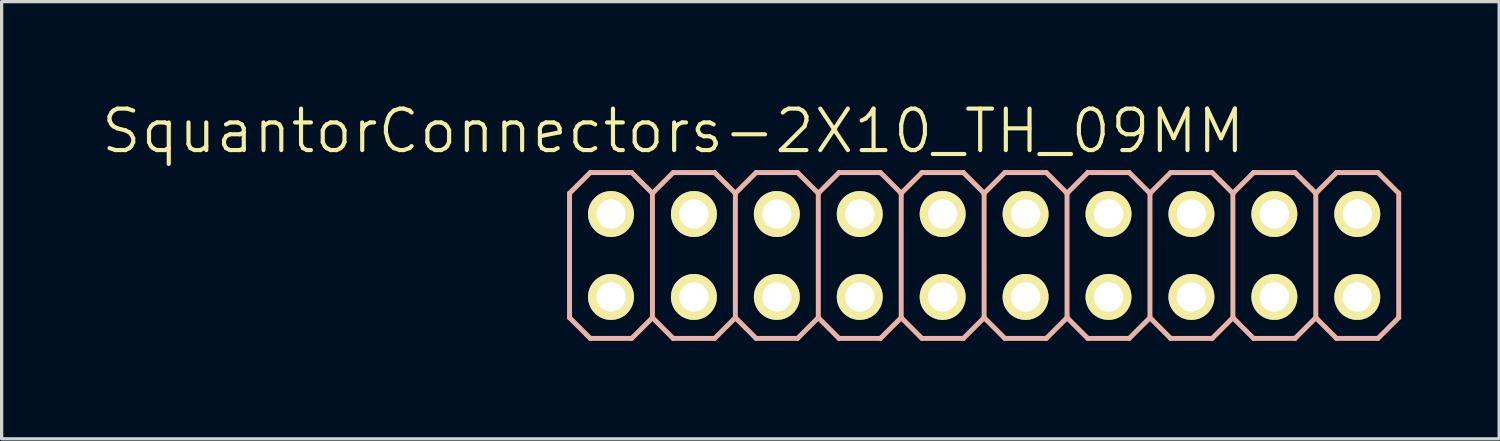
<source format=kicad_pcb>
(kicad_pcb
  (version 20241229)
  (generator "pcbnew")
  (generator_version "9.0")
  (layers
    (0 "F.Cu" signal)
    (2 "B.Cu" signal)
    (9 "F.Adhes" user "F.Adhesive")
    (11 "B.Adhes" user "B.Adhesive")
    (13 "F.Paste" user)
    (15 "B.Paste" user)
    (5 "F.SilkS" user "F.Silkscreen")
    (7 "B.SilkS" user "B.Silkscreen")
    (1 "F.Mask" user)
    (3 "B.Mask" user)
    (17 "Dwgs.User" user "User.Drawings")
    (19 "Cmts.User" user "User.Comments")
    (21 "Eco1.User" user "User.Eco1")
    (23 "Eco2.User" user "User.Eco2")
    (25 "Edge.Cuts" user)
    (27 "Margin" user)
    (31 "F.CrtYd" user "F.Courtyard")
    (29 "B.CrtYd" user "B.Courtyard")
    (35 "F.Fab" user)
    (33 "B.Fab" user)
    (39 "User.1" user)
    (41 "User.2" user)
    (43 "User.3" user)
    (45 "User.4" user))
  (footprint "SquantorConnectors-2X10_TH_09MM"
    (layer "F.Cu")
    (at 27.096 4.776)
    (property "Reference" "SquantorConnectors-2X10_TH_09MM" (at -9.525 -3.81 0) (layer "F.SilkS") (effects (font (size 1.27 1.27) (thickness 0.127))))
    (attr exclude_from_pos_files exclude_from_bom)
    (fp_line (start -11.684 -1.524) (end -11.176 -1.524) (stroke (width 0.066) (type solid)) (layer "F.SilkS"))
    (fp_line (start -11.684 -1.016) (end -11.684 -1.524) (stroke (width 0.066) (type solid)) (layer "F.SilkS"))
    (fp_line (start -11.684 -1.016) (end -11.176 -1.016) (stroke (width 0.066) (type solid)) (layer "F.SilkS"))
    (fp_line (start -11.684 1.016) (end -11.176 1.016) (stroke (width 0.066) (type solid)) (layer "F.SilkS"))
    (fp_line (start -11.684 1.524) (end -11.684 1.016) (stroke (width 0.066) (type solid)) (layer "F.SilkS"))
    (fp_line (start -11.684 1.524) (end -11.176 1.524) (stroke (width 0.066) (type solid)) (layer "F.SilkS"))
    (fp_line (start -11.176 -1.016) (end -11.176 -1.524) (stroke (width 0.066) (type solid)) (layer "F.SilkS"))
    (fp_line (start -11.176 1.524) (end -11.176 1.016) (stroke (width 0.066) (type solid)) (layer "F.SilkS"))
    (fp_line (start -9.144 -1.524) (end -8.636 -1.524) (stroke (width 0.066) (type solid)) (layer "F.SilkS"))
    (fp_line (start -9.144 -1.016) (end -9.144 -1.524) (stroke (width 0.066) (type solid)) (layer "F.SilkS"))
    (fp_line (start -9.144 -1.016) (end -8.636 -1.016) (stroke (width 0.066) (type solid)) (layer "F.SilkS"))
    (fp_line (start -9.144 1.016) (end -8.636 1.016) (stroke (width 0.066) (type solid)) (layer "F.SilkS"))
    (fp_line (start -9.144 1.524) (end -9.144 1.016) (stroke (width 0.066) (type solid)) (layer "F.SilkS"))
    (fp_line (start -9.144 1.524) (end -8.636 1.524) (stroke (width 0.066) (type solid)) (layer "F.SilkS"))
    (fp_line (start -8.636 -1.016) (end -8.636 -1.524) (stroke (width 0.066) (type solid)) (layer "F.SilkS"))
    (fp_line (start -8.636 1.524) (end -8.636 1.016) (stroke (width 0.066) (type solid)) (layer "F.SilkS"))
    (fp_line (start -6.604 -1.524) (end -6.096 -1.524) (stroke (width 0.066) (type solid)) (layer "F.SilkS"))
    (fp_line (start -6.604 -1.016) (end -6.604 -1.524) (stroke (width 0.066) (type solid)) (layer "F.SilkS"))
    (fp_line (start -6.604 -1.016) (end -6.096 -1.016) (stroke (width 0.066) (type solid)) (layer "F.SilkS"))
    (fp_line (start -6.604 1.016) (end -6.096 1.016) (stroke (width 0.066) (type solid)) (layer "F.SilkS"))
    (fp_line (start -6.604 1.524) (end -6.604 1.016) (stroke (width 0.066) (type solid)) (layer "F.SilkS"))
    (fp_line (start -6.604 1.524) (end -6.096 1.524) (stroke (width 0.066) (type solid)) (layer "F.SilkS"))
    (fp_line (start -6.096 -1.016) (end -6.096 -1.524) (stroke (width 0.066) (type solid)) (layer "F.SilkS"))
    (fp_line (start -6.096 1.524) (end -6.096 1.016) (stroke (width 0.066) (type solid)) (layer "F.SilkS"))
    (fp_line (start -4.064 -1.524) (end -3.556 -1.524) (stroke (width 0.066) (type solid)) (layer "F.SilkS"))
    (fp_line (start -4.064 -1.016) (end -4.064 -1.524) (stroke (width 0.066) (type solid)) (layer "F.SilkS"))
    (fp_line (start -4.064 -1.016) (end -3.556 -1.016) (stroke (width 0.066) (type solid)) (layer "F.SilkS"))
    (fp_line (start -4.064 1.016) (end -3.556 1.016) (stroke (width 0.066) (type solid)) (layer "F.SilkS"))
    (fp_line (start -4.064 1.524) (end -4.064 1.016) (stroke (width 0.066) (type solid)) (layer "F.SilkS"))
    (fp_line (start -4.064 1.524) (end -3.556 1.524) (stroke (width 0.066) (type solid)) (layer "F.SilkS"))
    (fp_line (start -3.556 -1.016) (end -3.556 -1.524) (stroke (width 0.066) (type solid)) (layer "F.SilkS"))
    (fp_line (start -3.556 1.524) (end -3.556 1.016) (stroke (width 0.066) (type solid)) (layer "F.SilkS"))
    (fp_line (start -1.524 -1.524) (end -1.016 -1.524) (stroke (width 0.066) (type solid)) (layer "F.SilkS"))
    (fp_line (start -1.524 -1.016) (end -1.524 -1.524) (stroke (width 0.066) (type solid)) (layer "F.SilkS"))
    (fp_line (start -1.524 -1.016) (end -1.016 -1.016) (stroke (width 0.066) (type solid)) (layer "F.SilkS"))
    (fp_line (start -1.524 1.016) (end -1.016 1.016) (stroke (width 0.066) (type solid)) (layer "F.SilkS"))
    (fp_line (start -1.524 1.524) (end -1.524 1.016) (stroke (width 0.066) (type solid)) (layer "F.SilkS"))
    (fp_line (start -1.524 1.524) (end -1.016 1.524) (stroke (width 0.066) (type solid)) (layer "F.SilkS"))
    (fp_line (start -1.016 -1.016) (end -1.016 -1.524) (stroke (width 0.066) (type solid)) (layer "F.SilkS"))
    (fp_line (start -1.016 1.524) (end -1.016 1.016) (stroke (width 0.066) (type solid)) (layer "F.SilkS"))
    (fp_line (start 1.016 -1.524) (end 1.524 -1.524) (stroke (width 0.066) (type solid)) (layer "F.SilkS"))
    (fp_line (start 1.016 -1.016) (end 1.016 -1.524) (stroke (width 0.066) (type solid)) (layer "F.SilkS"))
    (fp_line (start 1.016 -1.016) (end 1.524 -1.016) (stroke (width 0.066) (type solid)) (layer "F.SilkS"))
    (fp_line (start 1.016 1.016) (end 1.524 1.016) (stroke (width 0.066) (type solid)) (layer "F.SilkS"))
    (fp_line (start 1.016 1.524) (end 1.016 1.016) (stroke (width 0.066) (type solid)) (layer "F.SilkS"))
    (fp_line (start 1.016 1.524) (end 1.524 1.524) (stroke (width 0.066) (type solid)) (layer "F.SilkS"))
    (fp_line (start 1.524 -1.016) (end 1.524 -1.524) (stroke (width 0.066) (type solid)) (layer "F.SilkS"))
    (fp_line (start 1.524 1.524) (end 1.524 1.016) (stroke (width 0.066) (type solid)) (layer "F.SilkS"))
    (fp_line (start 3.556 -1.524) (end 4.064 -1.524) (stroke (width 0.066) (type solid)) (layer "F.SilkS"))
    (fp_line (start 3.556 -1.016) (end 3.556 -1.524) (stroke (width 0.066) (type solid)) (layer "F.SilkS"))
    (fp_line (start 3.556 -1.016) (end 4.064 -1.016) (stroke (width 0.066) (type solid)) (layer "F.SilkS"))
    (fp_line (start 3.556 1.016) (end 4.064 1.016) (stroke (width 0.066) (type solid)) (layer "F.SilkS"))
    (fp_line (start 3.556 1.524) (end 3.556 1.016) (stroke (width 0.066) (type solid)) (layer "F.SilkS"))
    (fp_line (start 3.556 1.524) (end 4.064 1.524) (stroke (width 0.066) (type solid)) (layer "F.SilkS"))
    (fp_line (start 4.064 -1.016) (end 4.064 -1.524) (stroke (width 0.066) (type solid)) (layer "F.SilkS"))
    (fp_line (start 4.064 1.524) (end 4.064 1.016) (stroke (width 0.066) (type solid)) (layer "F.SilkS"))
    (fp_line (start 6.096 -1.524) (end 6.604 -1.524) (stroke (width 0.066) (type solid)) (layer "F.SilkS"))
    (fp_line (start 6.096 -1.016) (end 6.096 -1.524) (stroke (width 0.066) (type solid)) (layer "F.SilkS"))
    (fp_line (start 6.096 -1.016) (end 6.604 -1.016) (stroke (width 0.066) (type solid)) (layer "F.SilkS"))
    (fp_line (start 6.096 1.016) (end 6.604 1.016) (stroke (width 0.066) (type solid)) (layer "F.SilkS"))
    (fp_line (start 6.096 1.524) (end 6.096 1.016) (stroke (width 0.066) (type solid)) (layer "F.SilkS"))
    (fp_line (start 6.096 1.524) (end 6.604 1.524) (stroke (width 0.066) (type solid)) (layer "F.SilkS"))
    (fp_line (start 6.604 -1.016) (end 6.604 -1.524) (stroke (width 0.066) (type solid)) (layer "F.SilkS"))
    (fp_line (start 6.604 1.524) (end 6.604 1.016) (stroke (width 0.066) (type solid)) (layer "F.SilkS"))
    (fp_line (start 8.636 -1.524) (end 9.144 -1.524) (stroke (width 0.066) (type solid)) (layer "F.SilkS"))
    (fp_line (start 8.636 -1.016) (end 8.636 -1.524) (stroke (width 0.066) (type solid)) (layer "F.SilkS"))
    (fp_line (start 8.636 -1.016) (end 9.144 -1.016) (stroke (width 0.066) (type solid)) (layer "F.SilkS"))
    (fp_line (start 8.636 1.016) (end 9.144 1.016) (stroke (width 0.066) (type solid)) (layer "F.SilkS"))
    (fp_line (start 8.636 1.524) (end 8.636 1.016) (stroke (width 0.066) (type solid)) (layer "F.SilkS"))
    (fp_line (start 8.636 1.524) (end 9.144 1.524) (stroke (width 0.066) (type solid)) (layer "F.SilkS"))
    (fp_line (start 9.144 -1.016) (end 9.144 -1.524) (stroke (width 0.066) (type solid)) (layer "F.SilkS"))
    (fp_line (start 9.144 1.524) (end 9.144 1.016) (stroke (width 0.066) (type solid)) (layer "F.SilkS"))
    (fp_line (start 11.176 -1.524) (end 11.684 -1.524) (stroke (width 0.066) (type solid)) (layer "F.SilkS"))
    (fp_line (start 11.176 -1.016) (end 11.176 -1.524) (stroke (width 0.066) (type solid)) (layer "F.SilkS"))
    (fp_line (start 11.176 -1.016) (end 11.684 -1.016) (stroke (width 0.066) (type solid)) (layer "F.SilkS"))
    (fp_line (start 11.176 1.016) (end 11.684 1.016) (stroke (width 0.066) (type solid)) (layer "F.SilkS"))
    (fp_line (start 11.176 1.524) (end 11.176 1.016) (stroke (width 0.066) (type solid)) (layer "F.SilkS"))
    (fp_line (start 11.176 1.524) (end 11.684 1.524) (stroke (width 0.066) (type solid)) (layer "F.SilkS"))
    (fp_line (start 11.684 -1.016) (end 11.684 -1.524) (stroke (width 0.066) (type solid)) (layer "F.SilkS"))
    (fp_line (start 11.684 1.524) (end 11.684 1.016) (stroke (width 0.066) (type solid)) (layer "F.SilkS"))
    (fp_line (start -12.7 -1.905) (end -12.065 -2.54) (stroke (width 0.152) (type solid)) (layer "B.SilkS"))
    (fp_line (start -12.7 1.905) (end -12.7 -1.905) (stroke (width 0.152) (type solid)) (layer "B.SilkS"))
    (fp_line (start -12.7 1.905) (end -12.065 2.54) (stroke (width 0.152) (type solid)) (layer "B.SilkS"))
    (fp_line (start -12.065 -2.54) (end -10.795 -2.54) (stroke (width 0.152) (type solid)) (layer "B.SilkS"))
    (fp_line (start -12.065 2.54) (end -10.795 2.54) (stroke (width 0.152) (type solid)) (layer "B.SilkS"))
    (fp_line (start -10.795 -2.54) (end -10.16 -1.905) (stroke (width 0.152) (type solid)) (layer "B.SilkS"))
    (fp_line (start -10.795 2.54) (end -10.16 1.905) (stroke (width 0.152) (type solid)) (layer "B.SilkS"))
    (fp_line (start -10.16 -1.905) (end -10.16 1.905) (stroke (width 0.152) (type solid)) (layer "B.SilkS"))
    (fp_line (start -10.16 -1.905) (end -9.525 -2.54) (stroke (width 0.152) (type solid)) (layer "B.SilkS"))
    (fp_line (start -10.16 1.905) (end -9.525 2.54) (stroke (width 0.152) (type solid)) (layer "B.SilkS"))
    (fp_line (start -9.525 -2.54) (end -8.255 -2.54) (stroke (width 0.152) (type solid)) (layer "B.SilkS"))
    (fp_line (start -9.525 2.54) (end -8.255 2.54) (stroke (width 0.152) (type solid)) (layer "B.SilkS"))
    (fp_line (start -8.255 -2.54) (end -7.62 -1.905) (stroke (width 0.152) (type solid)) (layer "B.SilkS"))
    (fp_line (start -8.255 2.54) (end -7.62 1.905) (stroke (width 0.152) (type solid)) (layer "B.SilkS"))
    (fp_line (start -7.62 -1.905) (end -7.62 1.905) (stroke (width 0.152) (type solid)) (layer "B.SilkS"))
    (fp_line (start -7.62 -1.905) (end -6.985 -2.54) (stroke (width 0.152) (type solid)) (layer "B.SilkS"))
    (fp_line (start -7.62 1.905) (end -6.985 2.54) (stroke (width 0.152) (type solid)) (layer "B.SilkS"))
    (fp_line (start -6.985 -2.54) (end -5.715 -2.54) (stroke (width 0.152) (type solid)) (layer "B.SilkS"))
    (fp_line (start -6.985 2.54) (end -5.715 2.54) (stroke (width 0.152) (type solid)) (layer "B.SilkS"))
    (fp_line (start -5.715 -2.54) (end -5.08 -1.905) (stroke (width 0.152) (type solid)) (layer "B.SilkS"))
    (fp_line (start -5.715 2.54) (end -5.08 1.905) (stroke (width 0.152) (type solid)) (layer "B.SilkS"))
    (fp_line (start -5.08 -1.905) (end -5.08 1.905) (stroke (width 0.152) (type solid)) (layer "B.SilkS"))
    (fp_line (start -5.08 -1.905) (end -4.445 -2.54) (stroke (width 0.152) (type solid)) (layer "B.SilkS"))
    (fp_line (start -5.08 1.905) (end -4.445 2.54) (stroke (width 0.152) (type solid)) (layer "B.SilkS"))
    (fp_line (start -4.445 -2.54) (end -3.175 -2.54) (stroke (width 0.152) (type solid)) (layer "B.SilkS"))
    (fp_line (start -4.445 2.54) (end -3.175 2.54) (stroke (width 0.152) (type solid)) (layer "B.SilkS"))
    (fp_line (start -3.175 -2.54) (end -2.54 -1.905) (stroke (width 0.152) (type solid)) (layer "B.SilkS"))
    (fp_line (start -3.175 2.54) (end -2.54 1.905) (stroke (width 0.152) (type solid)) (layer "B.SilkS"))
    (fp_line (start -2.54 -1.905) (end -2.54 1.905) (stroke (width 0.152) (type solid)) (layer "B.SilkS"))
    (fp_line (start -2.54 -1.905) (end -1.905 -2.54) (stroke (width 0.152) (type solid)) (layer "B.SilkS"))
    (fp_line (start -2.54 1.905) (end -1.905 2.54) (stroke (width 0.152) (type solid)) (layer "B.SilkS"))
    (fp_line (start -1.905 -2.54) (end -0.635 -2.54) (stroke (width 0.152) (type solid)) (layer "B.SilkS"))
    (fp_line (start -1.905 2.54) (end -0.635 2.54) (stroke (width 0.152) (type solid)) (layer "B.SilkS"))
    (fp_line (start -0.635 -2.54) (end 0 -1.905) (stroke (width 0.152) (type solid)) (layer "B.SilkS"))
    (fp_line (start -0.635 2.54) (end 0 1.905) (stroke (width 0.152) (type solid)) (layer "B.SilkS"))
    (fp_line (start 0 -1.905) (end 0 1.905) (stroke (width 0.152) (type solid)) (layer "B.SilkS"))
    (fp_line (start 0 -1.905) (end 0.635 -2.54) (stroke (width 0.152) (type solid)) (layer "B.SilkS"))
    (fp_line (start 0 1.905) (end 0.635 2.54) (stroke (width 0.152) (type solid)) (layer "B.SilkS"))
    (fp_line (start 0.635 -2.54) (end 1.905 -2.54) (stroke (width 0.152) (type solid)) (layer "B.SilkS"))
    (fp_line (start 0.635 2.54) (end 1.905 2.54) (stroke (width 0.152) (type solid)) (layer "B.SilkS"))
    (fp_line (start 1.905 -2.54) (end 2.54 -1.905) (stroke (width 0.152) (type solid)) (layer "B.SilkS"))
    (fp_line (start 1.905 2.54) (end 2.54 1.905) (stroke (width 0.152) (type solid)) (layer "B.SilkS"))
    (fp_line (start 2.54 -1.905) (end 2.54 1.905) (stroke (width 0.152) (type solid)) (layer "B.SilkS"))
    (fp_line (start 2.54 -1.905) (end 3.175 -2.54) (stroke (width 0.152) (type solid)) (layer "B.SilkS"))
    (fp_line (start 2.54 1.905) (end 3.175 2.54) (stroke (width 0.152) (type solid)) (layer "B.SilkS"))
    (fp_line (start 3.175 -2.54) (end 4.445 -2.54) (stroke (width 0.152) (type solid)) (layer "B.SilkS"))
    (fp_line (start 3.175 2.54) (end 4.445 2.54) (stroke (width 0.152) (type solid)) (layer "B.SilkS"))
    (fp_line (start 4.445 -2.54) (end 5.08 -1.905) (stroke (width 0.152) (type solid)) (layer "B.SilkS"))
    (fp_line (start 5.08 -1.905) (end 5.08 1.905) (stroke (width 0.152) (type solid)) (layer "B.SilkS"))
    (fp_line (start 5.08 -1.905) (end 5.715 -2.54) (stroke (width 0.152) (type solid)) (layer "B.SilkS"))
    (fp_line (start 5.08 1.905) (end 4.445 2.54) (stroke (width 0.152) (type solid)) (layer "B.SilkS"))
    (fp_line (start 5.08 1.905) (end 5.715 2.54) (stroke (width 0.152) (type solid)) (layer "B.SilkS"))
    (fp_line (start 5.715 -2.54) (end 6.985 -2.54) (stroke (width 0.152) (type solid)) (layer "B.SilkS"))
    (fp_line (start 5.715 2.54) (end 6.985 2.54) (stroke (width 0.152) (type solid)) (layer "B.SilkS"))
    (fp_line (start 6.985 -2.54) (end 7.62 -1.905) (stroke (width 0.152) (type solid)) (layer "B.SilkS"))
    (fp_line (start 7.62 -1.905) (end 7.62 1.905) (stroke (width 0.152) (type solid)) (layer "B.SilkS"))
    (fp_line (start 7.62 -1.905) (end 8.255 -2.54) (stroke (width 0.152) (type solid)) (layer "B.SilkS"))
    (fp_line (start 7.62 1.905) (end 6.985 2.54) (stroke (width 0.152) (type solid)) (layer "B.SilkS"))
    (fp_line (start 7.62 1.905) (end 8.255 2.54) (stroke (width 0.152) (type solid)) (layer "B.SilkS"))
    (fp_line (start 8.255 -2.54) (end 9.525 -2.54) (stroke (width 0.152) (type solid)) (layer "B.SilkS"))
    (fp_line (start 8.255 2.54) (end 9.525 2.54) (stroke (width 0.152) (type solid)) (layer "B.SilkS"))
    (fp_line (start 9.525 -2.54) (end 10.16 -1.905) (stroke (width 0.152) (type solid)) (layer "B.SilkS"))
    (fp_line (start 10.16 -1.905) (end 10.16 1.905) (stroke (width 0.152) (type solid)) (layer "B.SilkS"))
    (fp_line (start 10.16 -1.905) (end 10.795 -2.54) (stroke (width 0.152) (type solid)) (layer "B.SilkS"))
    (fp_line (start 10.16 1.905) (end 9.525 2.54) (stroke (width 0.152) (type solid)) (layer "B.SilkS"))
    (fp_line (start 10.16 1.905) (end 10.795 2.54) (stroke (width 0.152) (type solid)) (layer "B.SilkS"))
    (fp_line (start 10.795 -2.54) (end 12.065 -2.54) (stroke (width 0.152) (type solid)) (layer "B.SilkS"))
    (fp_line (start 10.795 2.54) (end 12.065 2.54) (stroke (width 0.152) (type solid)) (layer "B.SilkS"))
    (fp_line (start 12.065 -2.54) (end 12.7 -1.905) (stroke (width 0.152) (type solid)) (layer "B.SilkS"))
    (fp_line (start 12.7 -1.905) (end 12.7 1.905) (stroke (width 0.152) (type solid)) (layer "B.SilkS"))
    (fp_line (start 12.7 1.905) (end 12.065 2.54) (stroke (width 0.152) (type solid)) (layer "B.SilkS"))
    (pad "1" thru_hole circle (at -11.43 1.27) (size 1.407 1.407) (drill 0.899) (layers "*.Cu" "F.Mask" "F.SilkS" "F.Paste"))
    (pad "2" thru_hole circle (at -11.43 -1.27) (size 1.407 1.407) (drill 0.899) (layers "*.Cu" "F.Mask" "F.SilkS" "F.Paste"))
    (pad "3" thru_hole circle (at -8.89 1.27) (size 1.407 1.407) (drill 0.899) (layers "*.Cu" "F.Mask" "F.SilkS" "F.Paste"))
    (pad "4" thru_hole circle (at -8.89 -1.27) (size 1.407 1.407) (drill 0.899) (layers "*.Cu" "F.Mask" "F.SilkS" "F.Paste"))
    (pad "5" thru_hole circle (at -6.35 1.27) (size 1.407 1.407) (drill 0.899) (layers "*.Cu" "F.Mask" "F.SilkS" "F.Paste"))
    (pad "6" thru_hole circle (at -6.35 -1.27) (size 1.407 1.407) (drill 0.899) (layers "*.Cu" "F.Mask" "F.SilkS" "F.Paste"))
    (pad "7" thru_hole circle (at -3.81 1.27) (size 1.407 1.407) (drill 0.899) (layers "*.Cu" "F.Mask" "F.SilkS" "F.Paste"))
    (pad "8" thru_hole circle (at -3.81 -1.27) (size 1.407 1.407) (drill 0.899) (layers "*.Cu" "F.Mask" "F.SilkS" "F.Paste"))
    (pad "9" thru_hole circle (at -1.27 1.27) (size 1.407 1.407) (drill 0.899) (layers "*.Cu" "F.Mask" "F.SilkS" "F.Paste"))
    (pad "10" thru_hole circle (at -1.27 -1.27) (size 1.407 1.407) (drill 0.899) (layers "*.Cu" "F.Mask" "F.SilkS" "F.Paste"))
    (pad "11" thru_hole circle (at 1.27 1.27) (size 1.407 1.407) (drill 0.899) (layers "*.Cu" "F.Mask" "F.SilkS" "F.Paste"))
    (pad "12" thru_hole circle (at 1.27 -1.27) (size 1.407 1.407) (drill 0.899) (layers "*.Cu" "F.Mask" "F.SilkS" "F.Paste"))
    (pad "13" thru_hole circle (at 3.81 1.27) (size 1.407 1.407) (drill 0.899) (layers "*.Cu" "F.Mask" "F.SilkS" "F.Paste"))
    (pad "14" thru_hole circle (at 3.81 -1.27) (size 1.407 1.407) (drill 0.899) (layers "*.Cu" "F.Mask" "F.SilkS" "F.Paste"))
    (pad "15" thru_hole circle (at 6.35 1.27) (size 1.407 1.407) (drill 0.899) (layers "*.Cu" "F.Mask" "F.SilkS" "F.Paste"))
    (pad "16" thru_hole circle (at 6.35 -1.27) (size 1.407 1.407) (drill 0.899) (layers "*.Cu" "F.Mask" "F.SilkS" "F.Paste"))
    (pad "17" thru_hole circle (at 8.89 1.27) (size 1.407 1.407) (drill 0.899) (layers "*.Cu" "F.Mask" "F.SilkS" "F.Paste"))
    (pad "18" thru_hole circle (at 8.89 -1.27) (size 1.407 1.407) (drill 0.899) (layers "*.Cu" "F.Mask" "F.SilkS" "F.Paste"))
    (pad "19" thru_hole circle (at 11.43 1.27) (size 1.407 1.407) (drill 0.899) (layers "*.Cu" "F.Mask" "F.SilkS" "F.Paste"))
    (pad "20" thru_hole circle (at 11.43 -1.27) (size 1.407 1.407) (drill 0.899) (layers "*.Cu" "F.Mask" "F.SilkS" "F.Paste")))
  (gr_rect
    (start -3 -3)
    (end 42.873 10.392)
    (stroke (width 0.1) (type default))
    (fill no)
    (layer "Edge.Cuts")))
</source>
